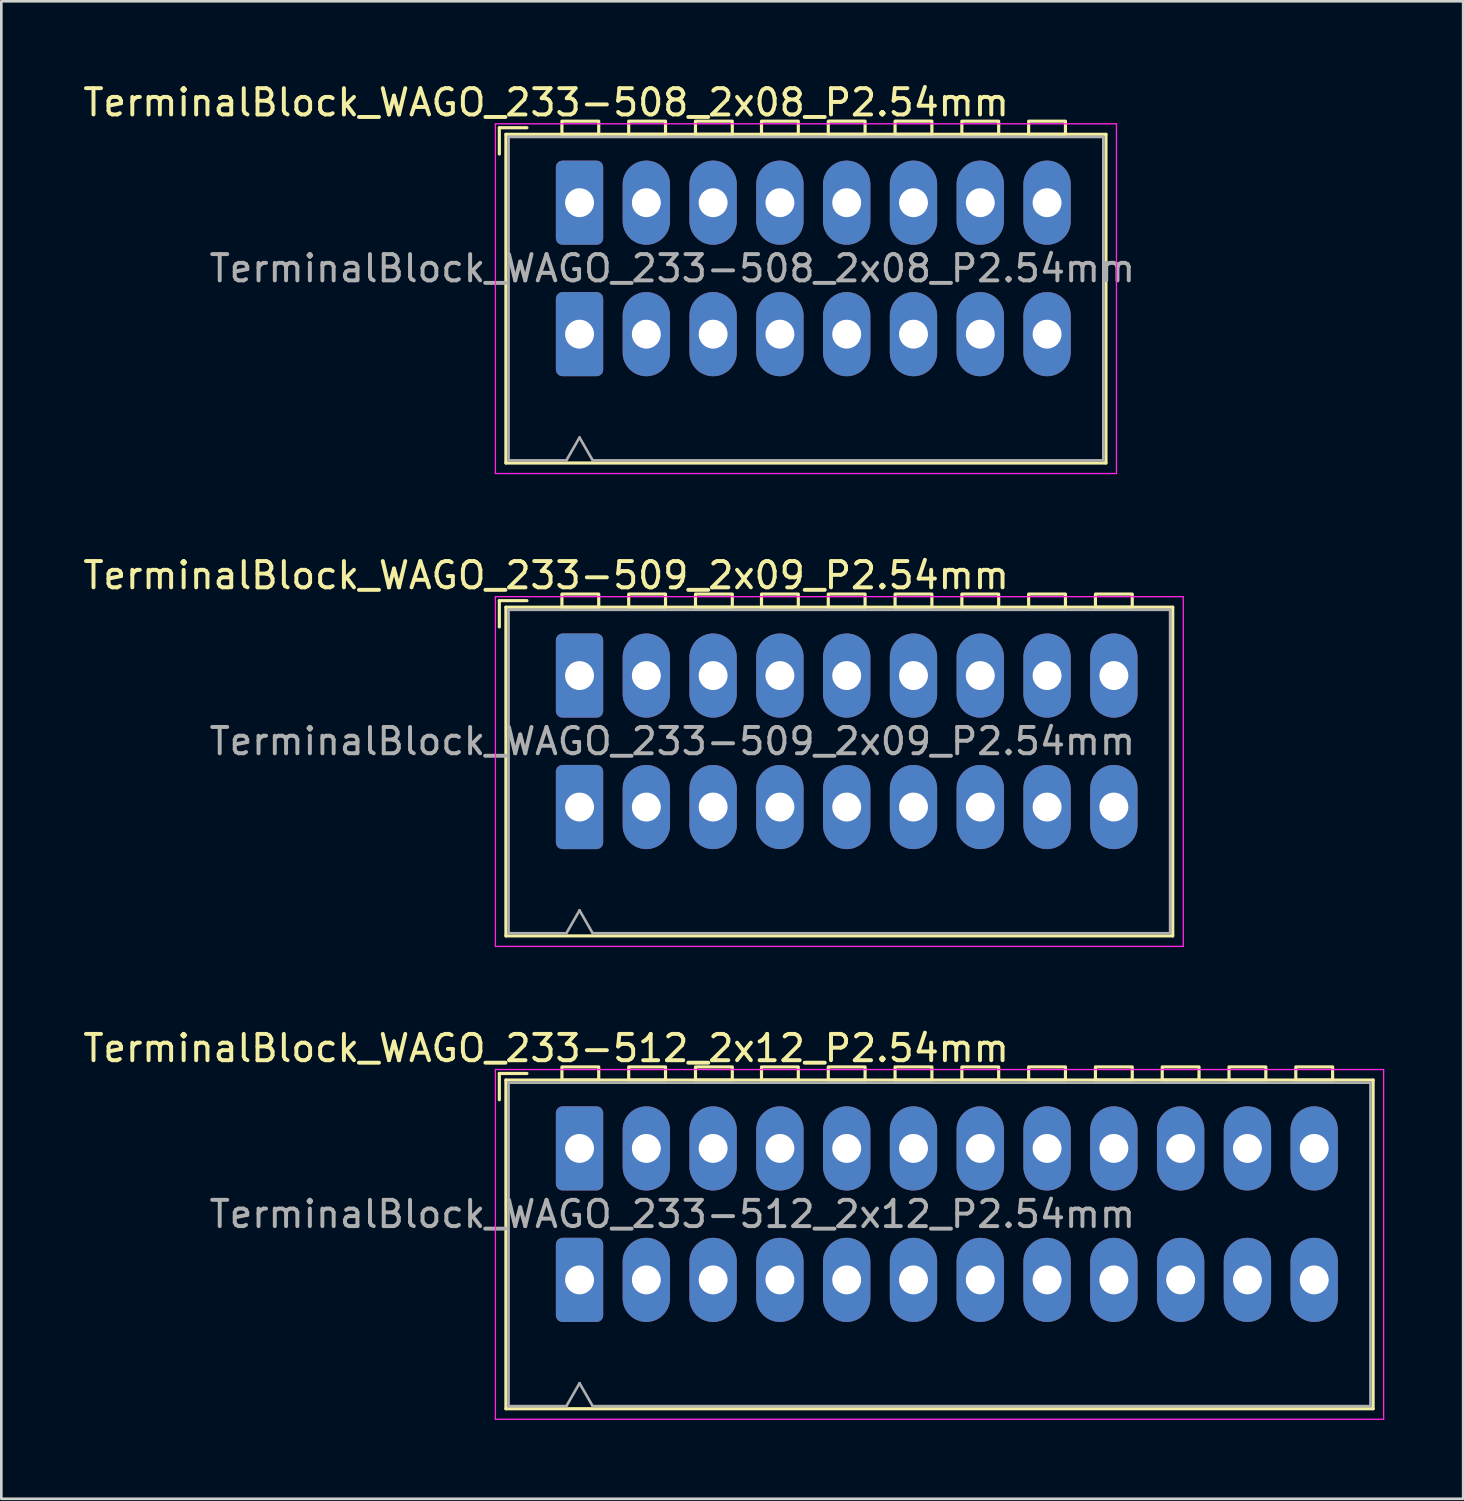
<source format=kicad_pcb>
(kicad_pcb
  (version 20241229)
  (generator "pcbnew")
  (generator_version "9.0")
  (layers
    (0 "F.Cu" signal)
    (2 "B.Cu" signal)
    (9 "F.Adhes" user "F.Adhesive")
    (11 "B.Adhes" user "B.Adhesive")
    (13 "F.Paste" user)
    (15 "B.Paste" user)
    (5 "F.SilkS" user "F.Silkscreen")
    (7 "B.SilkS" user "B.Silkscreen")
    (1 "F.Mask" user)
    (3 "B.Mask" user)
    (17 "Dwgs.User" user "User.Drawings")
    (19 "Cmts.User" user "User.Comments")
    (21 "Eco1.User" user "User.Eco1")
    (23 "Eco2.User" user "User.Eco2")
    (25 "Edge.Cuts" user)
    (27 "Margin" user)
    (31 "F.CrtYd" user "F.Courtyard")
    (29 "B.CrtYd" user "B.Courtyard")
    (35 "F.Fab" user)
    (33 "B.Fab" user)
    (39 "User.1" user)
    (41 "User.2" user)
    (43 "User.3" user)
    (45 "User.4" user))
  (footprint "TerminalBlock_WAGO_233-508_2x08_P2.54mm"
    (layer "F.Cu")
    (at 18.99 4.658)
    (property "Reference" "TerminalBlock_WAGO_233-508_2x08_P2.54mm" (at -1.27 -3.81 0) (layer "F.SilkS") (effects (font (size 1 1) (thickness 0.15))))
    (attr through_hole)
    (fp_line (start -3.05 -2.85) (end -3.05 -1.85) (stroke (width 0.12) (type default)) (layer "F.SilkS"))
    (fp_line (start -3.05 -2.85) (end -2 -2.85) (stroke (width 0.12) (type default)) (layer "F.SilkS"))
    (fp_line (start -2.8 -2.6) (end 20.02 -2.6) (stroke (width 0.12) (type solid)) (layer "F.SilkS"))
    (fp_line (start -2.8 9.9) (end -2.8 -2.6) (stroke (width 0.12) (type solid)) (layer "F.SilkS"))
    (fp_line (start 20.02 -2.6) (end 20.02 9.9) (stroke (width 0.12) (type solid)) (layer "F.SilkS"))
    (fp_line (start 20.02 9.9) (end -2.8 9.9) (stroke (width 0.12) (type solid)) (layer "F.SilkS"))
    (fp_rect (start -0.67 -3.1) (end 0.73 -2.6) (stroke (width 0.12) (type default)) (fill no) (layer "F.SilkS"))
    (fp_rect (start 1.87 -3.1) (end 3.27 -2.6) (stroke (width 0.12) (type default)) (fill no) (layer "F.SilkS"))
    (fp_rect (start 4.41 -3.1) (end 5.81 -2.6) (stroke (width 0.12) (type default)) (fill no) (layer "F.SilkS"))
    (fp_rect (start 6.92 -3.1) (end 8.32 -2.6) (stroke (width 0.12) (type default)) (fill no) (layer "F.SilkS"))
    (fp_rect (start 9.46 -3.101) (end 10.86 -2.601) (stroke (width 0.12) (type default)) (fill no) (layer "F.SilkS"))
    (fp_rect (start 12 -3.101) (end 13.4 -2.601) (stroke (width 0.12) (type default)) (fill no) (layer "F.SilkS"))
    (fp_rect (start 14.54 -3.1) (end 15.94 -2.6) (stroke (width 0.12) (type default)) (fill no) (layer "F.SilkS"))
    (fp_rect (start 17.08 -3.1) (end 18.48 -2.6) (stroke (width 0.12) (type default)) (fill no) (layer "F.SilkS"))
    (fp_line (start -3.2 -3) (end 20.42 -3) (stroke (width 0.05) (type solid)) (layer "F.CrtYd"))
    (fp_line (start -3.2 10.3) (end -3.2 -3) (stroke (width 0.05) (type solid)) (layer "F.CrtYd"))
    (fp_line (start 20.42 -3) (end 20.42 10.3) (stroke (width 0.05) (type solid)) (layer "F.CrtYd"))
    (fp_line (start 20.42 10.3) (end -3.2 10.3) (stroke (width 0.05) (type solid)) (layer "F.CrtYd"))
    (fp_line (start -2.7 -2.5) (end 19.92 -2.5) (stroke (width 0.1) (type default)) (layer "F.Fab"))
    (fp_line (start -2.7 9.8) (end -2.7 -2.5) (stroke (width 0.1) (type default)) (layer "F.Fab"))
    (fp_line (start -2.7 9.8) (end -0.5 9.8) (stroke (width 0.1) (type default)) (layer "F.Fab"))
    (fp_line (start 0 8.93) (end -0.5 9.8) (stroke (width 0.1) (type default)) (layer "F.Fab"))
    (fp_line (start 0.5 9.8) (end 0 8.93) (stroke (width 0.1) (type default)) (layer "F.Fab"))
    (fp_line (start 0.5 9.8) (end 19.92 9.8) (stroke (width 0.1) (type default)) (layer "F.Fab"))
    (fp_line (start 19.92 -2.5) (end 19.92 9.8) (stroke (width 0.1) (type default)) (layer "F.Fab"))
    (fp_text user "${REFERENCE}" (at 3.53 2.5 0) (layer "F.Fab") (effects (font (size 1 1) (thickness 0.15))))
    (pad "1" thru_hole roundrect (at 0 0) (size 1.8 3.2) (drill 1.1) (layers "*.Cu" "*.Mask") (roundrect_rratio 0.139))
    (pad "1" thru_hole roundrect (at 0 5) (size 1.8 3.2) (drill 1.1) (layers "*.Cu" "*.Mask") (roundrect_rratio 0.139))
    (pad "2" thru_hole oval (at 2.54 0) (size 1.8 3.2) (drill 1.1) (layers "*.Cu" "*.Mask"))
    (pad "2" thru_hole oval (at 2.54 5) (size 1.8 3.2) (drill 1.1) (layers "*.Cu" "*.Mask"))
    (pad "3" thru_hole oval (at 5.08 0) (size 1.8 3.2) (drill 1.1) (layers "*.Cu" "*.Mask"))
    (pad "3" thru_hole oval (at 5.08 5) (size 1.8 3.2) (drill 1.1) (layers "*.Cu" "*.Mask"))
    (pad "4" thru_hole oval (at 7.62 0) (size 1.8 3.2) (drill 1.1) (layers "*.Cu" "*.Mask"))
    (pad "4" thru_hole oval (at 7.62 5) (size 1.8 3.2) (drill 1.1) (layers "*.Cu" "*.Mask"))
    (pad "5" thru_hole oval (at 10.16 0) (size 1.8 3.2) (drill 1.1) (layers "*.Cu" "*.Mask"))
    (pad "5" thru_hole oval (at 10.16 5) (size 1.8 3.2) (drill 1.1) (layers "*.Cu" "*.Mask"))
    (pad "6" thru_hole oval (at 12.7 0) (size 1.8 3.2) (drill 1.1) (layers "*.Cu" "*.Mask"))
    (pad "6" thru_hole oval (at 12.7 5) (size 1.8 3.2) (drill 1.1) (layers "*.Cu" "*.Mask"))
    (pad "7" thru_hole oval (at 15.24 0) (size 1.8 3.2) (drill 1.1) (layers "*.Cu" "*.Mask"))
    (pad "7" thru_hole oval (at 15.24 5) (size 1.8 3.2) (drill 1.1) (layers "*.Cu" "*.Mask"))
    (pad "8" thru_hole oval (at 17.78 0) (size 1.8 3.2) (drill 1.1) (layers "*.Cu" "*.Mask"))
    (pad "8" thru_hole oval (at 17.78 5) (size 1.8 3.2) (drill 1.1) (layers "*.Cu" "*.Mask")))
  (footprint "TerminalBlock_WAGO_233-512_2x12_P2.54mm"
    (layer "F.Cu")
    (at 18.99 40.625)
    (property "Reference" "TerminalBlock_WAGO_233-512_2x12_P2.54mm" (at -1.27 -3.81 0) (layer "F.SilkS") (effects (font (size 1 1) (thickness 0.15))))
    (attr through_hole)
    (fp_line (start -3.05 -2.85) (end -3.05 -1.85) (stroke (width 0.12) (type default)) (layer "F.SilkS"))
    (fp_line (start -3.05 -2.85) (end -2 -2.85) (stroke (width 0.12) (type default)) (layer "F.SilkS"))
    (fp_line (start -2.8 -2.6) (end 30.18 -2.6) (stroke (width 0.12) (type solid)) (layer "F.SilkS"))
    (fp_line (start -2.8 9.9) (end -2.8 -2.6) (stroke (width 0.12) (type solid)) (layer "F.SilkS"))
    (fp_line (start 30.18 -2.6) (end 30.18 9.9) (stroke (width 0.12) (type solid)) (layer "F.SilkS"))
    (fp_line (start 30.18 9.9) (end -2.8 9.9) (stroke (width 0.12) (type solid)) (layer "F.SilkS"))
    (fp_rect (start -0.67 -3.1) (end 0.73 -2.6) (stroke (width 0.12) (type default)) (fill no) (layer "F.SilkS"))
    (fp_rect (start 1.87 -3.1) (end 3.27 -2.6) (stroke (width 0.12) (type default)) (fill no) (layer "F.SilkS"))
    (fp_rect (start 4.41 -3.1) (end 5.81 -2.6) (stroke (width 0.12) (type default)) (fill no) (layer "F.SilkS"))
    (fp_rect (start 6.92 -3.1) (end 8.32 -2.6) (stroke (width 0.12) (type default)) (fill no) (layer "F.SilkS"))
    (fp_rect (start 9.46 -3.101) (end 10.86 -2.601) (stroke (width 0.12) (type default)) (fill no) (layer "F.SilkS"))
    (fp_rect (start 12 -3.101) (end 13.4 -2.601) (stroke (width 0.12) (type default)) (fill no) (layer "F.SilkS"))
    (fp_rect (start 14.54 -3.1) (end 15.94 -2.6) (stroke (width 0.12) (type default)) (fill no) (layer "F.SilkS"))
    (fp_rect (start 17.08 -3.1) (end 18.48 -2.6) (stroke (width 0.12) (type default)) (fill no) (layer "F.SilkS"))
    (fp_rect (start 19.62 -3.1) (end 21.02 -2.6) (stroke (width 0.12) (type default)) (fill no) (layer "F.SilkS"))
    (fp_rect (start 22.16 -3.1) (end 23.56 -2.6) (stroke (width 0.12) (type default)) (fill no) (layer "F.SilkS"))
    (fp_rect (start 24.7 -3.1) (end 26.1 -2.6) (stroke (width 0.12) (type default)) (fill no) (layer "F.SilkS"))
    (fp_rect (start 27.24 -3.1) (end 28.64 -2.6) (stroke (width 0.12) (type default)) (fill no) (layer "F.SilkS"))
    (fp_line (start -3.2 -3) (end 30.58 -3) (stroke (width 0.05) (type solid)) (layer "F.CrtYd"))
    (fp_line (start -3.2 10.3) (end -3.2 -3) (stroke (width 0.05) (type solid)) (layer "F.CrtYd"))
    (fp_line (start 30.58 -3) (end 30.58 10.3) (stroke (width 0.05) (type solid)) (layer "F.CrtYd"))
    (fp_line (start 30.58 10.3) (end -3.2 10.3) (stroke (width 0.05) (type solid)) (layer "F.CrtYd"))
    (fp_line (start -2.7 -2.5) (end 30.08 -2.5) (stroke (width 0.1) (type default)) (layer "F.Fab"))
    (fp_line (start -2.7 9.8) (end -2.7 -2.5) (stroke (width 0.1) (type default)) (layer "F.Fab"))
    (fp_line (start -2.7 9.8) (end -0.5 9.8) (stroke (width 0.1) (type default)) (layer "F.Fab"))
    (fp_line (start 0 8.93) (end -0.5 9.8) (stroke (width 0.1) (type default)) (layer "F.Fab"))
    (fp_line (start 0.5 9.8) (end 0 8.93) (stroke (width 0.1) (type default)) (layer "F.Fab"))
    (fp_line (start 0.5 9.8) (end 30.08 9.8) (stroke (width 0.1) (type default)) (layer "F.Fab"))
    (fp_line (start 30.08 -2.5) (end 30.08 9.8) (stroke (width 0.1) (type default)) (layer "F.Fab"))
    (fp_text user "${REFERENCE}" (at 3.53 2.5 0) (layer "F.Fab") (effects (font (size 1 1) (thickness 0.15))))
    (pad "1" thru_hole roundrect (at 0 0) (size 1.8 3.2) (drill 1.1) (layers "*.Cu" "*.Mask") (roundrect_rratio 0.139))
    (pad "1" thru_hole roundrect (at 0 5) (size 1.8 3.2) (drill 1.1) (layers "*.Cu" "*.Mask") (roundrect_rratio 0.139))
    (pad "2" thru_hole oval (at 2.54 0) (size 1.8 3.2) (drill 1.1) (layers "*.Cu" "*.Mask"))
    (pad "2" thru_hole oval (at 2.54 5) (size 1.8 3.2) (drill 1.1) (layers "*.Cu" "*.Mask"))
    (pad "3" thru_hole oval (at 5.08 0) (size 1.8 3.2) (drill 1.1) (layers "*.Cu" "*.Mask"))
    (pad "3" thru_hole oval (at 5.08 5) (size 1.8 3.2) (drill 1.1) (layers "*.Cu" "*.Mask"))
    (pad "4" thru_hole oval (at 7.62 0) (size 1.8 3.2) (drill 1.1) (layers "*.Cu" "*.Mask"))
    (pad "4" thru_hole oval (at 7.62 5) (size 1.8 3.2) (drill 1.1) (layers "*.Cu" "*.Mask"))
    (pad "5" thru_hole oval (at 10.16 0) (size 1.8 3.2) (drill 1.1) (layers "*.Cu" "*.Mask"))
    (pad "5" thru_hole oval (at 10.16 5) (size 1.8 3.2) (drill 1.1) (layers "*.Cu" "*.Mask"))
    (pad "6" thru_hole oval (at 12.7 0) (size 1.8 3.2) (drill 1.1) (layers "*.Cu" "*.Mask"))
    (pad "6" thru_hole oval (at 12.7 5) (size 1.8 3.2) (drill 1.1) (layers "*.Cu" "*.Mask"))
    (pad "7" thru_hole oval (at 15.24 0) (size 1.8 3.2) (drill 1.1) (layers "*.Cu" "*.Mask"))
    (pad "7" thru_hole oval (at 15.24 5) (size 1.8 3.2) (drill 1.1) (layers "*.Cu" "*.Mask"))
    (pad "8" thru_hole oval (at 17.78 0) (size 1.8 3.2) (drill 1.1) (layers "*.Cu" "*.Mask"))
    (pad "8" thru_hole oval (at 17.78 5) (size 1.8 3.2) (drill 1.1) (layers "*.Cu" "*.Mask"))
    (pad "9" thru_hole oval (at 20.32 0) (size 1.8 3.2) (drill 1.1) (layers "*.Cu" "*.Mask"))
    (pad "9" thru_hole oval (at 20.32 5) (size 1.8 3.2) (drill 1.1) (layers "*.Cu" "*.Mask"))
    (pad "10" thru_hole oval (at 22.86 0) (size 1.8 3.2) (drill 1.1) (layers "*.Cu" "*.Mask"))
    (pad "10" thru_hole oval (at 22.86 5) (size 1.8 3.2) (drill 1.1) (layers "*.Cu" "*.Mask"))
    (pad "11" thru_hole oval (at 25.4 0) (size 1.8 3.2) (drill 1.1) (layers "*.Cu" "*.Mask"))
    (pad "11" thru_hole oval (at 25.4 5) (size 1.8 3.2) (drill 1.1) (layers "*.Cu" "*.Mask"))
    (pad "12" thru_hole oval (at 27.94 0) (size 1.8 3.2) (drill 1.1) (layers "*.Cu" "*.Mask"))
    (pad "12" thru_hole oval (at 27.94 5) (size 1.8 3.2) (drill 1.1) (layers "*.Cu" "*.Mask")))
  (footprint "TerminalBlock_WAGO_233-509_2x09_P2.54mm"
    (layer "F.Cu")
    (at 18.99 22.642)
    (property "Reference" "TerminalBlock_WAGO_233-509_2x09_P2.54mm" (at -1.27 -3.81 0) (layer "F.SilkS") (effects (font (size 1 1) (thickness 0.15))))
    (attr through_hole)
    (fp_line (start -3.05 -2.85) (end -3.05 -1.85) (stroke (width 0.12) (type default)) (layer "F.SilkS"))
    (fp_line (start -3.05 -2.85) (end -2 -2.85) (stroke (width 0.12) (type default)) (layer "F.SilkS"))
    (fp_line (start -2.8 -2.6) (end 22.56 -2.6) (stroke (width 0.12) (type solid)) (layer "F.SilkS"))
    (fp_line (start -2.8 9.9) (end -2.8 -2.6) (stroke (width 0.12) (type solid)) (layer "F.SilkS"))
    (fp_line (start 22.56 -2.6) (end 22.56 9.9) (stroke (width 0.12) (type solid)) (layer "F.SilkS"))
    (fp_line (start 22.56 9.9) (end -2.8 9.9) (stroke (width 0.12) (type solid)) (layer "F.SilkS"))
    (fp_rect (start -0.67 -3.1) (end 0.73 -2.6) (stroke (width 0.12) (type default)) (fill no) (layer "F.SilkS"))
    (fp_rect (start 1.87 -3.1) (end 3.27 -2.6) (stroke (width 0.12) (type default)) (fill no) (layer "F.SilkS"))
    (fp_rect (start 4.41 -3.1) (end 5.81 -2.6) (stroke (width 0.12) (type default)) (fill no) (layer "F.SilkS"))
    (fp_rect (start 6.92 -3.1) (end 8.32 -2.6) (stroke (width 0.12) (type default)) (fill no) (layer "F.SilkS"))
    (fp_rect (start 9.46 -3.101) (end 10.86 -2.601) (stroke (width 0.12) (type default)) (fill no) (layer "F.SilkS"))
    (fp_rect (start 12 -3.101) (end 13.4 -2.601) (stroke (width 0.12) (type default)) (fill no) (layer "F.SilkS"))
    (fp_rect (start 14.54 -3.1) (end 15.94 -2.6) (stroke (width 0.12) (type default)) (fill no) (layer "F.SilkS"))
    (fp_rect (start 17.08 -3.1) (end 18.48 -2.6) (stroke (width 0.12) (type default)) (fill no) (layer "F.SilkS"))
    (fp_rect (start 19.62 -3.1) (end 21.02 -2.6) (stroke (width 0.12) (type default)) (fill no) (layer "F.SilkS"))
    (fp_line (start -3.2 -3) (end 22.96 -3) (stroke (width 0.05) (type solid)) (layer "F.CrtYd"))
    (fp_line (start -3.2 10.3) (end -3.2 -3) (stroke (width 0.05) (type solid)) (layer "F.CrtYd"))
    (fp_line (start 22.96 -3) (end 22.96 10.3) (stroke (width 0.05) (type solid)) (layer "F.CrtYd"))
    (fp_line (start 22.96 10.3) (end -3.2 10.3) (stroke (width 0.05) (type solid)) (layer "F.CrtYd"))
    (fp_line (start -2.7 -2.5) (end 22.46 -2.5) (stroke (width 0.1) (type default)) (layer "F.Fab"))
    (fp_line (start -2.7 9.8) (end -2.7 -2.5) (stroke (width 0.1) (type default)) (layer "F.Fab"))
    (fp_line (start -2.7 9.8) (end -0.5 9.8) (stroke (width 0.1) (type default)) (layer "F.Fab"))
    (fp_line (start 0 8.93) (end -0.5 9.8) (stroke (width 0.1) (type default)) (layer "F.Fab"))
    (fp_line (start 0.5 9.8) (end 0 8.93) (stroke (width 0.1) (type default)) (layer "F.Fab"))
    (fp_line (start 0.5 9.8) (end 22.46 9.8) (stroke (width 0.1) (type default)) (layer "F.Fab"))
    (fp_line (start 22.46 -2.5) (end 22.46 9.8) (stroke (width 0.1) (type default)) (layer "F.Fab"))
    (fp_text user "${REFERENCE}" (at 3.53 2.5 0) (layer "F.Fab") (effects (font (size 1 1) (thickness 0.15))))
    (pad "1" thru_hole roundrect (at 0 0) (size 1.8 3.2) (drill 1.1) (layers "*.Cu" "*.Mask") (roundrect_rratio 0.139))
    (pad "1" thru_hole roundrect (at 0 5) (size 1.8 3.2) (drill 1.1) (layers "*.Cu" "*.Mask") (roundrect_rratio 0.139))
    (pad "2" thru_hole oval (at 2.54 0) (size 1.8 3.2) (drill 1.1) (layers "*.Cu" "*.Mask"))
    (pad "2" thru_hole oval (at 2.54 5) (size 1.8 3.2) (drill 1.1) (layers "*.Cu" "*.Mask"))
    (pad "3" thru_hole oval (at 5.08 0) (size 1.8 3.2) (drill 1.1) (layers "*.Cu" "*.Mask"))
    (pad "3" thru_hole oval (at 5.08 5) (size 1.8 3.2) (drill 1.1) (layers "*.Cu" "*.Mask"))
    (pad "4" thru_hole oval (at 7.62 0) (size 1.8 3.2) (drill 1.1) (layers "*.Cu" "*.Mask"))
    (pad "4" thru_hole oval (at 7.62 5) (size 1.8 3.2) (drill 1.1) (layers "*.Cu" "*.Mask"))
    (pad "5" thru_hole oval (at 10.16 0) (size 1.8 3.2) (drill 1.1) (layers "*.Cu" "*.Mask"))
    (pad "5" thru_hole oval (at 10.16 5) (size 1.8 3.2) (drill 1.1) (layers "*.Cu" "*.Mask"))
    (pad "6" thru_hole oval (at 12.7 0) (size 1.8 3.2) (drill 1.1) (layers "*.Cu" "*.Mask"))
    (pad "6" thru_hole oval (at 12.7 5) (size 1.8 3.2) (drill 1.1) (layers "*.Cu" "*.Mask"))
    (pad "7" thru_hole oval (at 15.24 0) (size 1.8 3.2) (drill 1.1) (layers "*.Cu" "*.Mask"))
    (pad "7" thru_hole oval (at 15.24 5) (size 1.8 3.2) (drill 1.1) (layers "*.Cu" "*.Mask"))
    (pad "8" thru_hole oval (at 17.78 0) (size 1.8 3.2) (drill 1.1) (layers "*.Cu" "*.Mask"))
    (pad "8" thru_hole oval (at 17.78 5) (size 1.8 3.2) (drill 1.1) (layers "*.Cu" "*.Mask"))
    (pad "9" thru_hole oval (at 20.32 0) (size 1.8 3.2) (drill 1.1) (layers "*.Cu" "*.Mask"))
    (pad "9" thru_hole oval (at 20.32 5) (size 1.8 3.2) (drill 1.1) (layers "*.Cu" "*.Mask")))
  (gr_rect
    (start -3 -3)
    (end 52.595 53.95)
    (stroke (width 0.1) (type default))
    (fill no)
    (layer "Edge.Cuts")))
</source>
